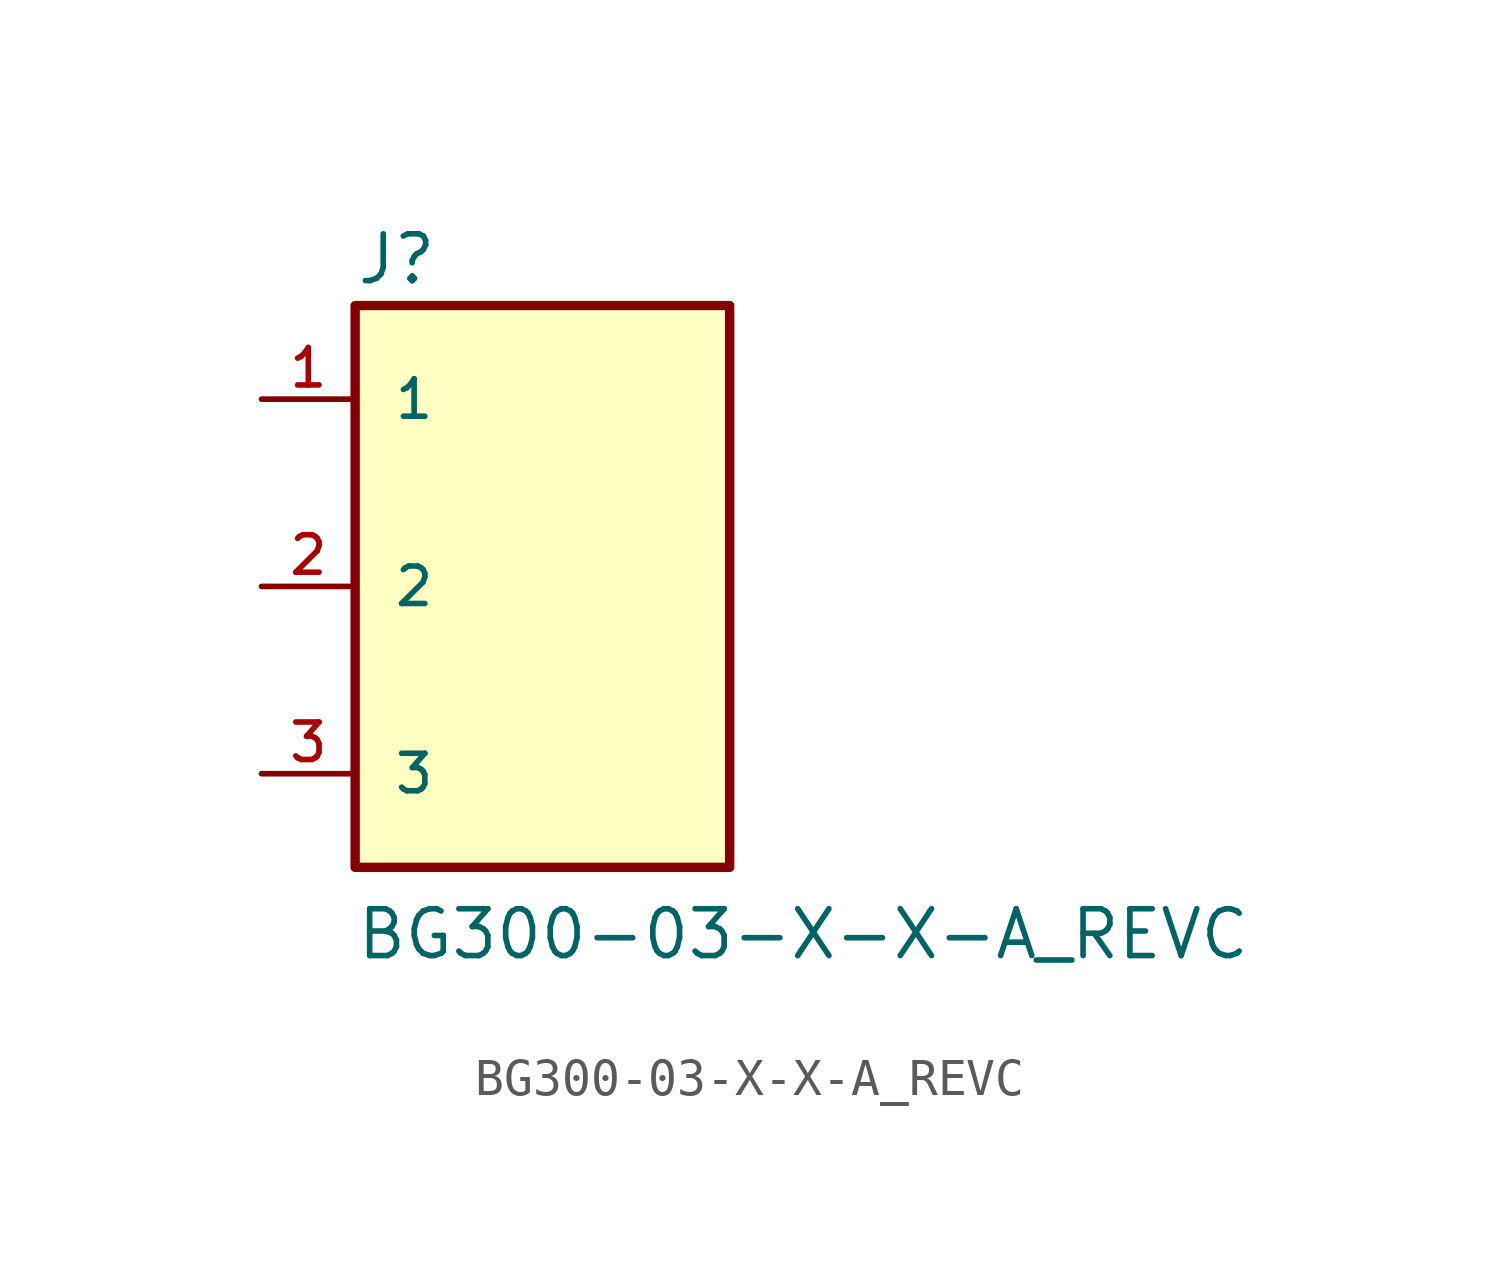
<source format=kicad_sym>
(kicad_symbol_lib
  (version 20211014)
  (generator kicad_symbol_editor)
  (symbol "BG300-03-X-X-A_REVC"
    (pin_names
      (offset 1.016))
    (property "Reference" "J"
      (at -5.083 8.133 0)
      (effects (font (size 1.27 1.27)) (justify bottom left)))
    (property "Value" "BG300-03-X-X-A_REVC"
      (at -5.088 -10.176 0)
      (effects (font (size 1.27 1.27)) (justify bottom left)))
    (symbol "BG300-03-X-X-A_REVC_0_0"
      (rectangle (start -5.08 -7.62) (end 5.08 7.62) (stroke (width 0.254)) (fill (type background)))
      (pin passive line (at -7.62 5.08 0) (length 2.54) (name "1" (effects (font (size 1.016 1.016)))) (number "1" (effects (font (size 1.016 1.016)))))
      (pin passive line (at -7.62 0.0 0) (length 2.54) (name "2" (effects (font (size 1.016 1.016)))) (number "2" (effects (font (size 1.016 1.016)))))
      (pin passive line (at -7.62 -5.08 0) (length 2.54) (name "3" (effects (font (size 1.016 1.016)))) (number "3" (effects (font (size 1.016 1.016))))))))
</source>
